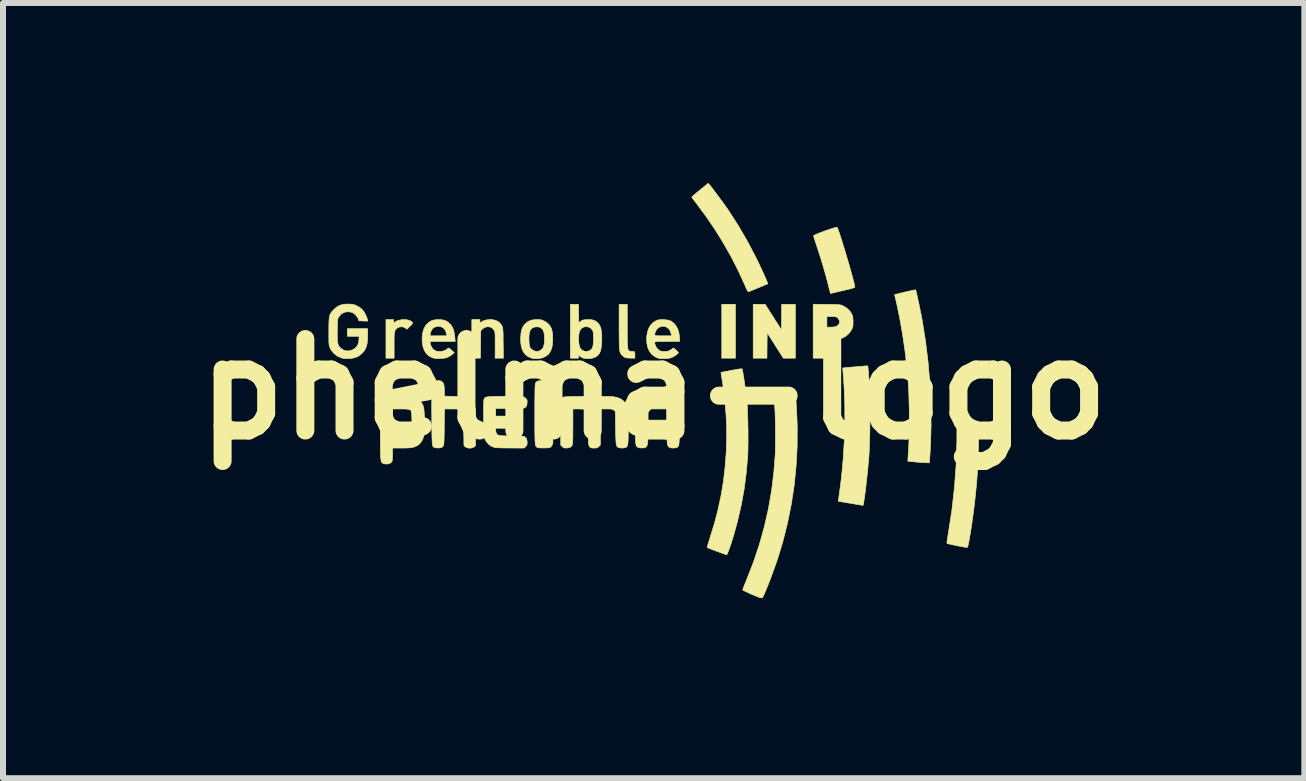
<source format=kicad_pcb>
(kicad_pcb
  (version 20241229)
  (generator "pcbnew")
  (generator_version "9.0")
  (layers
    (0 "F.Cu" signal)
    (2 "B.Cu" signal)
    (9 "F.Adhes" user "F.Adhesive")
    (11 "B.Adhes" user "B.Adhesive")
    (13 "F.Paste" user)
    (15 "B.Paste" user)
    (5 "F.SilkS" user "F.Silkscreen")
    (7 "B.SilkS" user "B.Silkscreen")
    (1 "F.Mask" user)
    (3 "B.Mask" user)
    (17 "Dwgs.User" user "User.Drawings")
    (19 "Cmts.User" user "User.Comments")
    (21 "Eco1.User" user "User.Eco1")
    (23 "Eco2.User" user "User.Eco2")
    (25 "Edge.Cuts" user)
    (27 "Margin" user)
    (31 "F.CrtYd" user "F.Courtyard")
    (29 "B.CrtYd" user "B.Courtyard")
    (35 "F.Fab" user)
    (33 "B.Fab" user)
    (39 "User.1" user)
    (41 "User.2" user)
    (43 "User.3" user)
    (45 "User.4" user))
  (footprint "phelma-logo"
    (layer "F.Cu")
    (at 7.845 3.436)
    (property "Reference" "phelma-logo" (at 0 0 0) (layer "F.SilkS") (effects (font (size 1.524 1.524) (thickness 0.3))))
    (attr through_hole)
    (fp_poly (pts (xy 1.363 -0.516) (xy 1.135 -0.516) (xy 1.135 -1.414) (xy 1.363 -1.414) (xy 1.363 -0.516)) (stroke (width 0.01) (type solid)) (fill yes) (layer "F.SilkS"))
    (fp_poly (pts (xy 2.129 -0.989) (xy 2.134 -1.414) (xy 2.362 -1.414) (xy 2.362 -0.516) (xy 2.161 -0.516) (xy 2.027 -0.728) (xy 1.892 -0.94) (xy 1.89 -0.728) (xy 1.888 -0.516) (xy 1.659 -0.516) (xy 1.659 -1.414) (xy 1.858 -1.414) (xy 2.129 -0.989)) (stroke (width 0.01) (type solid)) (fill yes) (layer "F.SilkS"))
    (fp_poly (pts (xy -4.335 -1.129) (xy -4.334 -1.109) (xy -4.331 -1.104) (xy -4.322 -1.11) (xy -4.32 -1.112) (xy -4.285 -1.135) (xy -4.24 -1.15) (xy -4.191 -1.159) (xy -4.141 -1.159) (xy -4.093 -1.152) (xy -4.053 -1.138) (xy -4.023 -1.116) (xy -4.022 -1.114) (xy -4.018 -1.106) (xy -4.019 -1.097) (xy -4.028 -1.083) (xy -4.047 -1.063) (xy -4.061 -1.049) (xy -4.112 -0.998) (xy -4.135 -1.017) (xy -4.17 -1.035) (xy -4.209 -1.04) (xy -4.247 -1.033) (xy -4.266 -1.023) (xy -4.284 -1.01) (xy -4.297 -0.998) (xy -4.308 -0.982) (xy -4.315 -0.963) (xy -4.32 -0.937) (xy -4.324 -0.902) (xy -4.326 -0.857) (xy -4.326 -0.798) (xy -4.326 -0.73) (xy -4.326 -0.516) (xy -4.462 -0.516) (xy -4.462 -1.16) (xy -4.335 -1.16) (xy -4.335 -1.129)) (stroke (width 0.01) (type solid)) (fill yes) (layer "F.SilkS"))
    (fp_poly (pts (xy -0.44 -1.054) (xy -0.44 -0.96) (xy -0.44 -0.881) (xy -0.439 -0.817) (xy -0.438 -0.765) (xy -0.436 -0.724) (xy -0.433 -0.693) (xy -0.429 -0.67) (xy -0.424 -0.655) (xy -0.417 -0.644) (xy -0.409 -0.638) (xy -0.399 -0.634) (xy -0.389 -0.632) (xy -0.361 -0.628) (xy -0.338 -0.627) (xy -0.325 -0.626) (xy -0.317 -0.621) (xy -0.314 -0.609) (xy -0.313 -0.585) (xy -0.313 -0.571) (xy -0.313 -0.516) (xy -0.383 -0.517) (xy -0.419 -0.518) (xy -0.45 -0.521) (xy -0.471 -0.525) (xy -0.474 -0.526) (xy -0.494 -0.537) (xy -0.516 -0.555) (xy -0.523 -0.561) (xy -0.535 -0.573) (xy -0.545 -0.586) (xy -0.553 -0.6) (xy -0.56 -0.617) (xy -0.565 -0.64) (xy -0.569 -0.669) (xy -0.572 -0.706) (xy -0.574 -0.752) (xy -0.575 -0.81) (xy -0.575 -0.88) (xy -0.576 -0.964) (xy -0.576 -1.043) (xy -0.576 -1.414) (xy -0.44 -1.414) (xy -0.44 -1.054)) (stroke (width 0.01) (type solid)) (fill yes) (layer "F.SilkS"))
    (fp_poly (pts (xy -2.896 -1.129) (xy -2.895 -1.109) (xy -2.891 -1.104) (xy -2.883 -1.11) (xy -2.881 -1.112) (xy -2.843 -1.136) (xy -2.796 -1.152) (xy -2.742 -1.16) (xy -2.689 -1.159) (xy -2.639 -1.148) (xy -2.625 -1.142) (xy -2.581 -1.118) (xy -2.55 -1.087) (xy -2.529 -1.054) (xy -2.523 -1.044) (xy -2.519 -1.032) (xy -2.516 -1.018) (xy -2.514 -1) (xy -2.512 -0.974) (xy -2.51 -0.939) (xy -2.509 -0.894) (xy -2.509 -0.835) (xy -2.508 -0.768) (xy -2.505 -0.516) (xy -2.642 -0.516) (xy -2.642 -0.733) (xy -2.642 -0.8) (xy -2.642 -0.852) (xy -2.643 -0.891) (xy -2.644 -0.92) (xy -2.646 -0.941) (xy -2.649 -0.957) (xy -2.653 -0.969) (xy -2.658 -0.979) (xy -2.66 -0.983) (xy -2.687 -1.015) (xy -2.721 -1.034) (xy -2.761 -1.041) (xy -2.802 -1.034) (xy -2.84 -1.014) (xy -2.862 -0.995) (xy -2.883 -0.972) (xy -2.885 -0.744) (xy -2.888 -0.516) (xy -3.031 -0.516) (xy -3.031 -1.16) (xy -2.896 -1.16) (xy -2.896 -1.129)) (stroke (width 0.01) (type solid)) (fill yes) (layer "F.SilkS"))
    (fp_poly (pts (xy 5.414 0.635) (xy 5.416 0.689) (xy 5.417 0.757) (xy 5.416 0.837) (xy 5.415 0.926) (xy 5.412 1.023) (xy 5.408 1.125) (xy 5.403 1.23) (xy 5.398 1.334) (xy 5.392 1.437) (xy 5.385 1.535) (xy 5.38 1.592) (xy 5.363 1.769) (xy 5.342 1.955) (xy 5.317 2.144) (xy 5.29 2.33) (xy 5.264 2.485) (xy 5.254 2.539) (xy 5.246 2.579) (xy 5.24 2.607) (xy 5.234 2.624) (xy 5.229 2.634) (xy 5.223 2.638) (xy 5.22 2.639) (xy 5.206 2.637) (xy 5.179 2.633) (xy 5.142 2.626) (xy 5.096 2.618) (xy 5.048 2.608) (xy 4.999 2.598) (xy 4.956 2.588) (xy 4.921 2.58) (xy 4.898 2.574) (xy 4.888 2.571) (xy 4.888 2.561) (xy 4.89 2.538) (xy 4.895 2.503) (xy 4.902 2.46) (xy 4.909 2.415) (xy 4.969 2.03) (xy 5.013 1.64) (xy 5.042 1.249) (xy 5.054 0.859) (xy 5.054 0.765) (xy 5.055 0.544) (xy 5.15 0.539) (xy 5.2 0.537) (xy 5.254 0.535) (xy 5.305 0.534) (xy 5.327 0.533) (xy 5.408 0.533) (xy 5.414 0.635)) (stroke (width 0.01) (type solid)) (fill yes) (layer "F.SilkS"))
    (fp_poly (pts (xy 2.885 -1.412) (xy 2.953 -1.412) (xy 3.006 -1.411) (xy 3.047 -1.41) (xy 3.078 -1.408) (xy 3.101 -1.406) (xy 3.118 -1.403) (xy 3.133 -1.399) (xy 3.146 -1.393) (xy 3.159 -1.387) (xy 3.22 -1.35) (xy 3.269 -1.303) (xy 3.3 -1.254) (xy 3.311 -1.23) (xy 3.318 -1.208) (xy 3.321 -1.183) (xy 3.323 -1.15) (xy 3.323 -1.122) (xy 3.323 -1.082) (xy 3.321 -1.054) (xy 3.317 -1.033) (xy 3.309 -1.012) (xy 3.296 -0.987) (xy 3.293 -0.982) (xy 3.254 -0.927) (xy 3.204 -0.883) (xy 3.146 -0.852) (xy 3.141 -0.85) (xy 3.112 -0.843) (xy 3.069 -0.837) (xy 3.015 -0.833) (xy 2.995 -0.832) (xy 2.887 -0.827) (xy 2.887 -0.516) (xy 2.659 -0.516) (xy 2.659 -1.033) (xy 2.887 -1.033) (xy 2.944 -1.033) (xy 2.979 -1.034) (xy 3.013 -1.038) (xy 3.033 -1.042) (xy 3.067 -1.059) (xy 3.089 -1.084) (xy 3.098 -1.116) (xy 3.093 -1.149) (xy 3.074 -1.179) (xy 3.062 -1.192) (xy 3.05 -1.2) (xy 3.035 -1.205) (xy 3.013 -1.207) (xy 2.978 -1.209) (xy 2.968 -1.209) (xy 2.887 -1.212) (xy 2.887 -1.033) (xy 2.659 -1.033) (xy 2.659 -1.415) (xy 2.885 -1.412)) (stroke (width 0.01) (type solid)) (fill yes) (layer "F.SilkS"))
    (fp_poly (pts (xy 3.058 -2.697) (xy 3.058 -2.697) (xy 3.067 -2.678) (xy 3.08 -2.644) (xy 3.096 -2.598) (xy 3.115 -2.541) (xy 3.136 -2.476) (xy 3.158 -2.404) (xy 3.182 -2.327) (xy 3.206 -2.247) (xy 3.229 -2.167) (xy 3.253 -2.086) (xy 3.275 -2.009) (xy 3.295 -1.936) (xy 3.314 -1.87) (xy 3.329 -1.811) (xy 3.341 -1.763) (xy 3.349 -1.727) (xy 3.353 -1.705) (xy 3.353 -1.702) (xy 3.348 -1.695) (xy 3.332 -1.688) (xy 3.304 -1.679) (xy 3.262 -1.668) (xy 3.232 -1.661) (xy 3.18 -1.649) (xy 3.125 -1.636) (xy 3.074 -1.624) (xy 3.032 -1.614) (xy 3.029 -1.613) (xy 2.947 -1.594) (xy 2.939 -1.624) (xy 2.934 -1.645) (xy 2.925 -1.677) (xy 2.915 -1.716) (xy 2.905 -1.76) (xy 2.904 -1.761) (xy 2.867 -1.902) (xy 2.823 -2.054) (xy 2.776 -2.21) (xy 2.729 -2.354) (xy 2.711 -2.408) (xy 2.695 -2.457) (xy 2.681 -2.499) (xy 2.671 -2.531) (xy 2.665 -2.551) (xy 2.664 -2.556) (xy 2.671 -2.562) (xy 2.692 -2.573) (xy 2.723 -2.587) (xy 2.763 -2.603) (xy 2.808 -2.62) (xy 2.856 -2.638) (xy 2.905 -2.655) (xy 2.951 -2.67) (xy 2.992 -2.683) (xy 3.025 -2.693) (xy 3.048 -2.698) (xy 3.058 -2.697)) (stroke (width 0.01) (type solid)) (fill yes) (layer "F.SilkS"))
    (fp_poly (pts (xy 4.37 -1.647) (xy 4.376 -1.623) (xy 4.384 -1.587) (xy 4.395 -1.541) (xy 4.406 -1.488) (xy 4.419 -1.43) (xy 4.431 -1.37) (xy 4.444 -1.309) (xy 4.456 -1.25) (xy 4.466 -1.195) (xy 4.475 -1.153) (xy 4.53 -0.808) (xy 4.573 -0.458) (xy 4.603 -0.105) (xy 4.62 0.249) (xy 4.624 0.601) (xy 4.614 0.947) (xy 4.601 1.154) (xy 4.595 1.228) (xy 4.543 1.227) (xy 4.516 1.225) (xy 4.476 1.223) (xy 4.429 1.22) (xy 4.379 1.216) (xy 4.366 1.214) (xy 4.322 1.21) (xy 4.284 1.207) (xy 4.256 1.204) (xy 4.24 1.201) (xy 4.237 1.201) (xy 4.237 1.192) (xy 4.238 1.169) (xy 4.24 1.137) (xy 4.242 1.103) (xy 4.249 0.995) (xy 4.255 0.874) (xy 4.259 0.743) (xy 4.261 0.605) (xy 4.261 0.463) (xy 4.26 0.321) (xy 4.256 0.183) (xy 4.252 0.05) (xy 4.245 -0.073) (xy 4.242 -0.119) (xy 4.219 -0.376) (xy 4.189 -0.637) (xy 4.151 -0.897) (xy 4.107 -1.151) (xy 4.057 -1.396) (xy 4.036 -1.488) (xy 4.015 -1.575) (xy 4.046 -1.583) (xy 4.082 -1.592) (xy 4.124 -1.603) (xy 4.171 -1.614) (xy 4.218 -1.625) (xy 4.263 -1.635) (xy 4.304 -1.644) (xy 4.336 -1.651) (xy 4.358 -1.655) (xy 4.366 -1.656) (xy 4.37 -1.647)) (stroke (width 0.01) (type solid)) (fill yes) (layer "F.SilkS"))
    (fp_poly (pts (xy 0.934 -3.402) (xy 0.954 -3.378) (xy 0.982 -3.342) (xy 1.016 -3.297) (xy 1.054 -3.246) (xy 1.094 -3.192) (xy 1.134 -3.138) (xy 1.173 -3.085) (xy 1.208 -3.036) (xy 1.237 -2.995) (xy 1.247 -2.98) (xy 1.416 -2.717) (xy 1.575 -2.442) (xy 1.705 -2.193) (xy 1.732 -2.139) (xy 1.759 -2.082) (xy 1.786 -2.024) (xy 1.813 -1.967) (xy 1.838 -1.912) (xy 1.86 -1.863) (xy 1.878 -1.821) (xy 1.892 -1.787) (xy 1.901 -1.765) (xy 1.903 -1.756) (xy 1.903 -1.756) (xy 1.895 -1.753) (xy 1.874 -1.744) (xy 1.843 -1.731) (xy 1.806 -1.715) (xy 1.764 -1.698) (xy 1.72 -1.68) (xy 1.679 -1.663) (xy 1.641 -1.647) (xy 1.611 -1.635) (xy 1.591 -1.627) (xy 1.587 -1.626) (xy 1.58 -1.624) (xy 1.573 -1.628) (xy 1.565 -1.638) (xy 1.554 -1.658) (xy 1.54 -1.688) (xy 1.521 -1.733) (xy 1.52 -1.734) (xy 1.413 -1.968) (xy 1.293 -2.204) (xy 1.16 -2.438) (xy 1.017 -2.668) (xy 0.866 -2.889) (xy 0.71 -3.099) (xy 0.701 -3.111) (xy 0.676 -3.143) (xy 0.655 -3.171) (xy 0.641 -3.191) (xy 0.635 -3.201) (xy 0.635 -3.201) (xy 0.641 -3.209) (xy 0.659 -3.225) (xy 0.686 -3.248) (xy 0.72 -3.277) (xy 0.76 -3.31) (xy 0.772 -3.32) (xy 0.91 -3.431) (xy 0.934 -3.402)) (stroke (width 0.01) (type solid)) (fill yes) (layer "F.SilkS"))
    (fp_poly (pts (xy 3.568 -0.388) (xy 3.57 -0.378) (xy 3.573 -0.354) (xy 3.577 -0.316) (xy 3.581 -0.269) (xy 3.585 -0.213) (xy 3.589 -0.152) (xy 3.593 -0.086) (xy 3.597 -0.02) (xy 3.599 0.021) (xy 3.602 0.089) (xy 3.604 0.17) (xy 3.605 0.262) (xy 3.605 0.362) (xy 3.605 0.467) (xy 3.604 0.576) (xy 3.603 0.684) (xy 3.601 0.789) (xy 3.598 0.889) (xy 3.595 0.981) (xy 3.591 1.062) (xy 3.587 1.129) (xy 3.586 1.139) (xy 3.58 1.209) (xy 3.573 1.284) (xy 3.566 1.363) (xy 3.557 1.443) (xy 3.548 1.523) (xy 3.54 1.6) (xy 3.531 1.674) (xy 3.522 1.742) (xy 3.514 1.803) (xy 3.506 1.854) (xy 3.5 1.895) (xy 3.494 1.923) (xy 3.49 1.937) (xy 3.489 1.938) (xy 3.48 1.936) (xy 3.456 1.932) (xy 3.42 1.926) (xy 3.375 1.919) (xy 3.322 1.91) (xy 3.28 1.903) (xy 3.077 1.869) (xy 3.092 1.766) (xy 3.13 1.472) (xy 3.158 1.173) (xy 3.177 0.871) (xy 3.186 0.57) (xy 3.186 0.274) (xy 3.175 -0.014) (xy 3.163 -0.203) (xy 3.159 -0.251) (xy 3.156 -0.293) (xy 3.153 -0.325) (xy 3.152 -0.346) (xy 3.152 -0.352) (xy 3.161 -0.354) (xy 3.184 -0.356) (xy 3.218 -0.36) (xy 3.261 -0.364) (xy 3.309 -0.368) (xy 3.36 -0.372) (xy 3.411 -0.377) (xy 3.459 -0.381) (xy 3.502 -0.384) (xy 3.536 -0.387) (xy 3.559 -0.388) (xy 3.568 -0.388) (xy 3.568 -0.388)) (stroke (width 0.01) (type solid)) (fill yes) (layer "F.SilkS"))
    (fp_poly (pts (xy -1.859 -0.142) (xy -1.826 -0.132) (xy -1.799 -0.114) (xy -1.788 -0.098) (xy -1.786 -0.087) (xy -1.784 -0.066) (xy -1.782 -0.035) (xy -1.78 0.009) (xy -1.779 0.065) (xy -1.779 0.135) (xy -1.778 0.22) (xy -1.778 0.321) (xy -1.778 0.352) (xy -1.778 0.448) (xy -1.778 0.528) (xy -1.778 0.594) (xy -1.777 0.648) (xy -1.777 0.69) (xy -1.776 0.722) (xy -1.775 0.745) (xy -1.773 0.761) (xy -1.771 0.771) (xy -1.769 0.776) (xy -1.765 0.778) (xy -1.762 0.779) (xy -1.761 0.779) (xy -1.741 0.783) (xy -1.719 0.792) (xy -1.696 0.812) (xy -1.682 0.843) (xy -1.678 0.879) (xy -1.684 0.915) (xy -1.701 0.948) (xy -1.706 0.955) (xy -1.715 0.965) (xy -1.725 0.971) (xy -1.739 0.976) (xy -1.761 0.978) (xy -1.794 0.98) (xy -1.822 0.98) (xy -1.874 0.981) (xy -1.911 0.978) (xy -1.934 0.974) (xy -1.939 0.972) (xy -1.947 0.967) (xy -1.955 0.962) (xy -1.961 0.955) (xy -1.966 0.945) (xy -1.97 0.931) (xy -1.973 0.911) (xy -1.976 0.884) (xy -1.978 0.849) (xy -1.979 0.804) (xy -1.98 0.749) (xy -1.981 0.682) (xy -1.981 0.601) (xy -1.981 0.505) (xy -1.981 0.422) (xy -1.981 0.319) (xy -1.981 0.225) (xy -1.98 0.141) (xy -1.979 0.068) (xy -1.978 0.007) (xy -1.977 -0.042) (xy -1.975 -0.075) (xy -1.974 -0.094) (xy -1.973 -0.096) (xy -1.956 -0.12) (xy -1.928 -0.136) (xy -1.894 -0.143) (xy -1.859 -0.142)) (stroke (width 0.01) (type solid)) (fill yes) (layer "F.SilkS"))
    (fp_poly (pts (xy -3.534 -1.157) (xy -3.49 -1.148) (xy -3.452 -1.132) (xy -3.424 -1.113) (xy -3.384 -1.076) (xy -3.354 -1.032) (xy -3.332 -0.977) (xy -3.319 -0.911) (xy -3.314 -0.868) (xy -3.308 -0.796) (xy -3.725 -0.796) (xy -3.725 -0.773) (xy -3.717 -0.733) (xy -3.697 -0.693) (xy -3.668 -0.659) (xy -3.633 -0.637) (xy -3.63 -0.636) (xy -3.592 -0.628) (xy -3.549 -0.628) (xy -3.506 -0.636) (xy -3.468 -0.65) (xy -3.441 -0.669) (xy -3.439 -0.672) (xy -3.428 -0.682) (xy -3.416 -0.684) (xy -3.4 -0.676) (xy -3.377 -0.657) (xy -3.366 -0.646) (xy -3.323 -0.608) (xy -3.353 -0.583) (xy -3.394 -0.552) (xy -3.433 -0.531) (xy -3.476 -0.518) (xy -3.528 -0.512) (xy -3.556 -0.511) (xy -3.606 -0.51) (xy -3.645 -0.513) (xy -3.675 -0.519) (xy -3.685 -0.522) (xy -3.741 -0.55) (xy -3.786 -0.59) (xy -3.821 -0.643) (xy -3.845 -0.708) (xy -3.858 -0.783) (xy -3.859 -0.866) (xy -3.856 -0.889) (xy -3.725 -0.889) (xy -3.446 -0.889) (xy -3.451 -0.912) (xy -3.462 -0.953) (xy -3.474 -0.982) (xy -3.49 -1.005) (xy -3.501 -1.015) (xy -3.541 -1.039) (xy -3.585 -1.048) (xy -3.629 -1.042) (xy -3.669 -1.022) (xy -3.692 -0.999) (xy -3.711 -0.965) (xy -3.723 -0.93) (xy -3.725 -0.912) (xy -3.725 -0.889) (xy -3.856 -0.889) (xy -3.849 -0.942) (xy -3.83 -1.005) (xy -3.801 -1.059) (xy -3.781 -1.082) (xy -3.74 -1.119) (xy -3.696 -1.144) (xy -3.644 -1.156) (xy -3.59 -1.159) (xy -3.534 -1.157)) (stroke (width 0.01) (type solid)) (fill yes) (layer "F.SilkS"))
    (fp_poly (pts (xy -1.251 -1.261) (xy -1.249 -1.109) (xy -1.216 -1.132) (xy -1.197 -1.144) (xy -1.178 -1.152) (xy -1.153 -1.156) (xy -1.117 -1.158) (xy -1.111 -1.159) (xy -1.055 -1.159) (xy -1.011 -1.152) (xy -0.976 -1.139) (xy -0.945 -1.117) (xy -0.943 -1.116) (xy -0.915 -1.087) (xy -0.894 -1.052) (xy -0.879 -1.011) (xy -0.87 -0.96) (xy -0.865 -0.898) (xy -0.865 -0.821) (xy -0.865 -0.808) (xy -0.869 -0.734) (xy -0.877 -0.675) (xy -0.889 -0.628) (xy -0.908 -0.591) (xy -0.932 -0.562) (xy -0.964 -0.539) (xy -0.991 -0.526) (xy -1.027 -0.515) (xy -1.072 -0.509) (xy -1.12 -0.509) (xy -1.162 -0.514) (xy -1.185 -0.521) (xy -1.211 -0.535) (xy -1.233 -0.551) (xy -1.234 -0.552) (xy -1.253 -0.57) (xy -1.253 -0.516) (xy -1.389 -0.516) (xy -1.389 -0.832) (xy -1.252 -0.832) (xy -1.249 -0.779) (xy -1.241 -0.731) (xy -1.229 -0.692) (xy -1.217 -0.673) (xy -1.185 -0.645) (xy -1.146 -0.63) (xy -1.104 -0.63) (xy -1.067 -0.642) (xy -1.044 -0.658) (xy -1.027 -0.678) (xy -1.015 -0.704) (xy -1.008 -0.741) (xy -1.004 -0.789) (xy -1.003 -0.838) (xy -1.004 -0.887) (xy -1.005 -0.923) (xy -1.008 -0.948) (xy -1.012 -0.967) (xy -1.019 -0.98) (xy -1.045 -1.013) (xy -1.078 -1.033) (xy -1.116 -1.041) (xy -1.155 -1.038) (xy -1.19 -1.022) (xy -1.218 -0.995) (xy -1.23 -0.975) (xy -1.243 -0.934) (xy -1.25 -0.885) (xy -1.252 -0.832) (xy -1.389 -0.832) (xy -1.389 -1.414) (xy -1.253 -1.414) (xy -1.251 -1.261)) (stroke (width 0.01) (type solid)) (fill yes) (layer "F.SilkS"))
    (fp_poly (pts (xy -1.906 -1.159) (xy -1.878 -1.156) (xy -1.854 -1.149) (xy -1.827 -1.136) (xy -1.819 -1.132) (xy -1.773 -1.103) (xy -1.737 -1.067) (xy -1.71 -1.023) (xy -1.693 -0.968) (xy -1.684 -0.901) (xy -1.682 -0.838) (xy -1.686 -0.755) (xy -1.698 -0.686) (xy -1.72 -0.63) (xy -1.752 -0.584) (xy -1.795 -0.549) (xy -1.844 -0.525) (xy -1.881 -0.515) (xy -1.927 -0.51) (xy -1.974 -0.508) (xy -2.015 -0.512) (xy -2.032 -0.516) (xy -2.091 -0.541) (xy -2.138 -0.577) (xy -2.175 -0.625) (xy -2.199 -0.685) (xy -2.214 -0.758) (xy -2.217 -0.834) (xy -2.079 -0.834) (xy -2.077 -0.776) (xy -2.072 -0.733) (xy -2.063 -0.7) (xy -2.047 -0.676) (xy -2.025 -0.657) (xy -2.007 -0.646) (xy -1.971 -0.631) (xy -1.94 -0.628) (xy -1.907 -0.636) (xy -1.903 -0.638) (xy -1.872 -0.656) (xy -1.849 -0.681) (xy -1.833 -0.714) (xy -1.824 -0.759) (xy -1.82 -0.817) (xy -1.819 -0.843) (xy -1.822 -0.905) (xy -1.831 -0.952) (xy -1.846 -0.988) (xy -1.869 -1.014) (xy -1.888 -1.027) (xy -1.923 -1.038) (xy -1.964 -1.038) (xy -2.002 -1.03) (xy -2.022 -1.019) (xy -2.045 -0.998) (xy -2.061 -0.973) (xy -2.071 -0.941) (xy -2.077 -0.897) (xy -2.079 -0.84) (xy -2.079 -0.834) (xy -2.217 -0.834) (xy -2.217 -0.843) (xy -2.216 -0.87) (xy -2.211 -0.932) (xy -2.202 -0.981) (xy -2.187 -1.022) (xy -2.167 -1.057) (xy -2.145 -1.083) (xy -2.107 -1.118) (xy -2.063 -1.142) (xy -2.012 -1.155) (xy -1.948 -1.16) (xy -1.944 -1.16) (xy -1.906 -1.159)) (stroke (width 0.01) (type solid)) (fill yes) (layer "F.SilkS"))
    (fp_poly (pts (xy 2.359 0.078) (xy 2.362 0.089) (xy 2.365 0.115) (xy 2.369 0.153) (xy 2.373 0.202) (xy 2.377 0.259) (xy 2.38 0.322) (xy 2.384 0.389) (xy 2.387 0.459) (xy 2.39 0.528) (xy 2.392 0.595) (xy 2.393 0.622) (xy 2.392 0.947) (xy 2.375 1.273) (xy 2.343 1.597) (xy 2.294 1.918) (xy 2.23 2.236) (xy 2.151 2.55) (xy 2.057 2.857) (xy 1.948 3.157) (xy 1.927 3.212) (xy 1.898 3.284) (xy 1.874 3.341) (xy 1.856 3.386) (xy 1.841 3.421) (xy 1.83 3.445) (xy 1.821 3.462) (xy 1.814 3.472) (xy 1.808 3.477) (xy 1.802 3.479) (xy 1.795 3.48) (xy 1.791 3.48) (xy 1.775 3.476) (xy 1.747 3.467) (xy 1.71 3.452) (xy 1.666 3.434) (xy 1.627 3.417) (xy 1.582 3.396) (xy 1.543 3.378) (xy 1.512 3.363) (xy 1.491 3.353) (xy 1.484 3.349) (xy 1.486 3.34) (xy 1.493 3.319) (xy 1.505 3.286) (xy 1.522 3.244) (xy 1.541 3.197) (xy 1.547 3.182) (xy 1.663 2.885) (xy 1.762 2.589) (xy 1.845 2.292) (xy 1.913 1.992) (xy 1.966 1.687) (xy 2.004 1.376) (xy 2.024 1.12) (xy 2.027 1.059) (xy 2.029 0.985) (xy 2.03 0.9) (xy 2.03 0.809) (xy 2.03 0.714) (xy 2.029 0.618) (xy 2.027 0.524) (xy 2.025 0.435) (xy 2.022 0.355) (xy 2.018 0.286) (xy 2.014 0.239) (xy 2.011 0.196) (xy 2.009 0.159) (xy 2.008 0.131) (xy 2.008 0.116) (xy 2.009 0.114) (xy 2.018 0.111) (xy 2.042 0.108) (xy 2.075 0.103) (xy 2.117 0.099) (xy 2.163 0.094) (xy 2.21 0.089) (xy 2.255 0.085) (xy 2.296 0.081) (xy 2.329 0.079) (xy 2.351 0.078) (xy 2.359 0.078)) (stroke (width 0.01) (type solid)) (fill yes) (layer "F.SilkS"))
    (fp_poly (pts (xy 1.474 -0.337) (xy 1.478 -0.324) (xy 1.484 -0.296) (xy 1.491 -0.256) (xy 1.499 -0.206) (xy 1.508 -0.148) (xy 1.517 -0.085) (xy 1.526 -0.019) (xy 1.535 0.048) (xy 1.543 0.113) (xy 1.55 0.175) (xy 1.554 0.212) (xy 1.559 0.267) (xy 1.563 0.337) (xy 1.566 0.418) (xy 1.569 0.507) (xy 1.571 0.601) (xy 1.573 0.697) (xy 1.573 0.793) (xy 1.573 0.885) (xy 1.572 0.97) (xy 1.571 1.046) (xy 1.568 1.11) (xy 1.567 1.124) (xy 1.543 1.4) (xy 1.508 1.667) (xy 1.461 1.928) (xy 1.401 2.188) (xy 1.342 2.406) (xy 1.319 2.483) (xy 1.297 2.554) (xy 1.276 2.617) (xy 1.257 2.67) (xy 1.241 2.712) (xy 1.229 2.742) (xy 1.219 2.758) (xy 1.216 2.76) (xy 1.206 2.757) (xy 1.182 2.749) (xy 1.147 2.737) (xy 1.105 2.722) (xy 1.057 2.704) (xy 1.053 2.703) (xy 1.005 2.685) (xy 0.962 2.668) (xy 0.928 2.655) (xy 0.904 2.645) (xy 0.893 2.64) (xy 0.893 2.64) (xy 0.894 2.631) (xy 0.899 2.608) (xy 0.909 2.574) (xy 0.922 2.532) (xy 0.937 2.484) (xy 0.938 2.479) (xy 1.011 2.244) (xy 1.071 2.015) (xy 1.12 1.788) (xy 1.159 1.56) (xy 1.188 1.325) (xy 1.207 1.081) (xy 1.211 1.012) (xy 1.217 0.83) (xy 1.216 0.637) (xy 1.207 0.439) (xy 1.192 0.241) (xy 1.171 0.048) (xy 1.144 -0.137) (xy 1.136 -0.186) (xy 1.129 -0.223) (xy 1.125 -0.253) (xy 1.122 -0.272) (xy 1.122 -0.278) (xy 1.13 -0.28) (xy 1.153 -0.285) (xy 1.187 -0.292) (xy 1.231 -0.3) (xy 1.281 -0.31) (xy 1.296 -0.313) (xy 1.363 -0.325) (xy 1.414 -0.334) (xy 1.449 -0.338) (xy 1.469 -0.339) (xy 1.474 -0.337)) (stroke (width 0.01) (type solid)) (fill yes) (layer "F.SilkS"))
    (fp_poly (pts (xy 0.199 -1.156) (xy 0.243 -1.15) (xy 0.277 -1.14) (xy 0.284 -1.137) (xy 0.335 -1.101) (xy 0.375 -1.053) (xy 0.405 -0.992) (xy 0.424 -0.92) (xy 0.43 -0.87) (xy 0.434 -0.796) (xy 0.226 -0.796) (xy 0.159 -0.796) (xy 0.108 -0.796) (xy 0.07 -0.795) (xy 0.044 -0.793) (xy 0.027 -0.788) (xy 0.019 -0.782) (xy 0.017 -0.772) (xy 0.019 -0.759) (xy 0.024 -0.742) (xy 0.026 -0.734) (xy 0.043 -0.697) (xy 0.07 -0.664) (xy 0.102 -0.641) (xy 0.116 -0.635) (xy 0.141 -0.63) (xy 0.174 -0.627) (xy 0.198 -0.628) (xy 0.234 -0.632) (xy 0.263 -0.643) (xy 0.29 -0.659) (xy 0.331 -0.687) (xy 0.373 -0.651) (xy 0.394 -0.632) (xy 0.409 -0.616) (xy 0.412 -0.606) (xy 0.402 -0.593) (xy 0.381 -0.575) (xy 0.353 -0.555) (xy 0.323 -0.538) (xy 0.294 -0.524) (xy 0.284 -0.521) (xy 0.254 -0.515) (xy 0.214 -0.511) (xy 0.171 -0.509) (xy 0.128 -0.509) (xy 0.093 -0.512) (xy 0.076 -0.516) (xy 0.016 -0.542) (xy -0.033 -0.582) (xy -0.072 -0.633) (xy -0.099 -0.695) (xy -0.114 -0.768) (xy -0.117 -0.85) (xy -0.116 -0.873) (xy -0.11 -0.912) (xy 0.017 -0.912) (xy 0.019 -0.901) (xy 0.029 -0.894) (xy 0.048 -0.891) (xy 0.078 -0.889) (xy 0.122 -0.889) (xy 0.158 -0.889) (xy 0.298 -0.889) (xy 0.292 -0.92) (xy 0.277 -0.968) (xy 0.251 -1.006) (xy 0.237 -1.019) (xy 0.199 -1.041) (xy 0.158 -1.048) (xy 0.117 -1.042) (xy 0.08 -1.024) (xy 0.049 -0.994) (xy 0.028 -0.954) (xy 0.027 -0.95) (xy 0.02 -0.928) (xy 0.017 -0.912) (xy -0.11 -0.912) (xy -0.104 -0.949) (xy -0.081 -1.016) (xy -0.048 -1.071) (xy -0.005 -1.114) (xy 0.046 -1.144) (xy 0.071 -1.152) (xy 0.107 -1.158) (xy 0.152 -1.159) (xy 0.199 -1.156)) (stroke (width 0.01) (type solid)) (fill yes) (layer "F.SilkS"))
    (fp_poly (pts (xy 0.195 0.12) (xy 0.26 0.121) (xy 0.311 0.123) (xy 0.349 0.127) (xy 0.376 0.132) (xy 0.395 0.139) (xy 0.408 0.15) (xy 0.416 0.165) (xy 0.423 0.184) (xy 0.423 0.186) (xy 0.426 0.206) (xy 0.428 0.242) (xy 0.429 0.295) (xy 0.43 0.364) (xy 0.431 0.45) (xy 0.43 0.552) (xy 0.43 0.574) (xy 0.429 0.664) (xy 0.429 0.738) (xy 0.428 0.799) (xy 0.426 0.847) (xy 0.424 0.885) (xy 0.422 0.913) (xy 0.418 0.934) (xy 0.413 0.948) (xy 0.407 0.958) (xy 0.399 0.965) (xy 0.39 0.97) (xy 0.383 0.973) (xy 0.356 0.98) (xy 0.321 0.982) (xy 0.288 0.979) (xy 0.269 0.973) (xy 0.252 0.963) (xy 0.24 0.949) (xy 0.231 0.928) (xy 0.226 0.898) (xy 0.223 0.854) (xy 0.222 0.823) (xy 0.218 0.72) (xy -0.091 0.72) (xy -0.095 0.819) (xy -0.098 0.873) (xy -0.103 0.913) (xy -0.111 0.941) (xy -0.122 0.959) (xy -0.138 0.971) (xy -0.141 0.973) (xy -0.17 0.98) (xy -0.206 0.981) (xy -0.241 0.977) (xy -0.264 0.969) (xy -0.275 0.962) (xy -0.284 0.952) (xy -0.291 0.939) (xy -0.296 0.919) (xy -0.3 0.893) (xy -0.302 0.857) (xy -0.304 0.81) (xy -0.304 0.751) (xy -0.304 0.679) (xy -0.303 0.61) (xy -0.302 0.534) (xy -0.301 0.473) (xy -0.301 0.448) (xy -0.093 0.448) (xy -0.093 0.516) (xy 0.22 0.516) (xy 0.22 0.33) (xy -0.044 0.33) (xy -0.068 0.355) (xy -0.081 0.369) (xy -0.088 0.382) (xy -0.092 0.4) (xy -0.093 0.427) (xy -0.093 0.448) (xy -0.301 0.448) (xy -0.3 0.425) (xy -0.299 0.388) (xy -0.297 0.359) (xy -0.295 0.337) (xy -0.292 0.32) (xy -0.288 0.305) (xy -0.283 0.291) (xy -0.28 0.285) (xy -0.261 0.244) (xy -0.238 0.209) (xy -0.211 0.182) (xy -0.176 0.16) (xy -0.133 0.143) (xy -0.08 0.131) (xy -0.016 0.124) (xy 0.061 0.12) (xy 0.153 0.119) (xy 0.195 0.12)) (stroke (width 0.01) (type solid)) (fill yes) (layer "F.SilkS"))
    (fp_poly (pts (xy -3.548 -0.136) (xy -3.533 -0.128) (xy -3.515 -0.112) (xy -3.502 -0.091) (xy -3.494 -0.06) (xy -3.49 -0.018) (xy -3.488 0.035) (xy -3.488 0.116) (xy -3.334 0.121) (xy -3.27 0.123) (xy -3.22 0.126) (xy -3.182 0.13) (xy -3.153 0.135) (xy -3.134 0.14) (xy -3.082 0.166) (xy -3.036 0.204) (xy -3 0.251) (xy -2.987 0.278) (xy -2.982 0.291) (xy -2.978 0.303) (xy -2.975 0.317) (xy -2.972 0.335) (xy -2.97 0.357) (xy -2.969 0.387) (xy -2.968 0.426) (xy -2.968 0.475) (xy -2.968 0.538) (xy -2.968 0.615) (xy -2.968 0.634) (xy -2.968 0.941) (xy -2.991 0.962) (xy -3.021 0.977) (xy -3.058 0.984) (xy -3.096 0.981) (xy -3.129 0.968) (xy -3.139 0.962) (xy -3.162 0.941) (xy -3.167 0.663) (xy -3.168 0.583) (xy -3.169 0.519) (xy -3.171 0.468) (xy -3.173 0.428) (xy -3.176 0.399) (xy -3.18 0.378) (xy -3.186 0.363) (xy -3.193 0.353) (xy -3.202 0.346) (xy -3.213 0.34) (xy -3.215 0.339) (xy -3.231 0.336) (xy -3.26 0.333) (xy -3.3 0.331) (xy -3.347 0.33) (xy -3.361 0.33) (xy -3.487 0.33) (xy -3.49 0.629) (xy -3.491 0.711) (xy -3.492 0.779) (xy -3.493 0.832) (xy -3.495 0.874) (xy -3.497 0.906) (xy -3.501 0.929) (xy -3.506 0.945) (xy -3.512 0.956) (xy -3.52 0.964) (xy -3.53 0.97) (xy -3.537 0.973) (xy -3.562 0.979) (xy -3.595 0.981) (xy -3.627 0.979) (xy -3.652 0.973) (xy -3.654 0.973) (xy -3.663 0.968) (xy -3.67 0.964) (xy -3.676 0.957) (xy -3.681 0.948) (xy -3.686 0.934) (xy -3.689 0.914) (xy -3.691 0.888) (xy -3.693 0.853) (xy -3.695 0.808) (xy -3.696 0.753) (xy -3.697 0.685) (xy -3.697 0.604) (xy -3.698 0.508) (xy -3.698 0.453) (xy -3.699 0.364) (xy -3.699 0.279) (xy -3.699 0.2) (xy -3.699 0.128) (xy -3.698 0.066) (xy -3.698 0.014) (xy -3.697 -0.025) (xy -3.696 -0.05) (xy -3.696 -0.057) (xy -3.684 -0.097) (xy -3.663 -0.123) (xy -3.63 -0.138) (xy -3.606 -0.141) (xy -3.573 -0.142) (xy -3.548 -0.136)) (stroke (width 0.01) (type solid)) (fill yes) (layer "F.SilkS"))
    (fp_poly (pts (xy -5.052 -1.417) (xy -5.023 -1.415) (xy -4.999 -1.41) (xy -4.975 -1.402) (xy -4.952 -1.391) (xy -4.917 -1.372) (xy -4.883 -1.349) (xy -4.86 -1.329) (xy -4.832 -1.295) (xy -4.806 -1.251) (xy -4.784 -1.204) (xy -4.771 -1.162) (xy -4.765 -1.134) (xy -4.84 -1.136) (xy -4.914 -1.139) (xy -4.923 -1.168) (xy -4.933 -1.19) (xy -4.952 -1.217) (xy -4.97 -1.237) (xy -4.995 -1.261) (xy -5.019 -1.276) (xy -5.047 -1.284) (xy -5.055 -1.286) (xy -5.112 -1.29) (xy -5.163 -1.278) (xy -5.207 -1.252) (xy -5.243 -1.211) (xy -5.247 -1.204) (xy -5.255 -1.19) (xy -5.261 -1.178) (xy -5.265 -1.164) (xy -5.268 -1.145) (xy -5.27 -1.12) (xy -5.271 -1.086) (xy -5.272 -1.039) (xy -5.273 -0.985) (xy -5.274 -0.911) (xy -5.273 -0.852) (xy -5.271 -0.806) (xy -5.266 -0.77) (xy -5.258 -0.741) (xy -5.247 -0.719) (xy -5.233 -0.699) (xy -5.216 -0.683) (xy -5.17 -0.652) (xy -5.121 -0.637) (xy -5.068 -0.639) (xy -5.015 -0.657) (xy -5.012 -0.658) (xy -4.967 -0.689) (xy -4.935 -0.73) (xy -4.917 -0.781) (xy -4.911 -0.84) (xy -4.911 -0.881) (xy -5.105 -0.881) (xy -5.105 -1.008) (xy -4.767 -1.008) (xy -4.767 -0.907) (xy -4.769 -0.828) (xy -4.776 -0.763) (xy -4.789 -0.708) (xy -4.809 -0.663) (xy -4.836 -0.623) (xy -4.866 -0.592) (xy -4.912 -0.555) (xy -4.961 -0.531) (xy -5.016 -0.516) (xy -5.082 -0.51) (xy -5.084 -0.51) (xy -5.13 -0.51) (xy -5.163 -0.512) (xy -5.191 -0.517) (xy -5.213 -0.524) (xy -5.279 -0.555) (xy -5.332 -0.597) (xy -5.374 -0.65) (xy -5.395 -0.69) (xy -5.401 -0.704) (xy -5.405 -0.717) (xy -5.409 -0.732) (xy -5.411 -0.752) (xy -5.413 -0.778) (xy -5.414 -0.813) (xy -5.414 -0.859) (xy -5.414 -0.919) (xy -5.414 -0.957) (xy -5.414 -1.034) (xy -5.413 -1.097) (xy -5.411 -1.148) (xy -5.407 -1.188) (xy -5.401 -1.22) (xy -5.392 -1.247) (xy -5.38 -1.269) (xy -5.364 -1.291) (xy -5.343 -1.313) (xy -5.331 -1.326) (xy -5.288 -1.364) (xy -5.245 -1.391) (xy -5.199 -1.407) (xy -5.144 -1.416) (xy -5.093 -1.418) (xy -5.052 -1.417)) (stroke (width 0.01) (type solid)) (fill yes) (layer "F.SilkS"))
    (fp_poly (pts (xy -2.299 0.119) (xy -2.253 0.12) (xy -2.218 0.123) (xy -2.191 0.126) (xy -2.17 0.13) (xy -2.155 0.136) (xy -2.143 0.143) (xy -2.132 0.152) (xy -2.131 0.154) (xy -2.117 0.169) (xy -2.11 0.183) (xy -2.109 0.202) (xy -2.11 0.23) (xy -2.113 0.262) (xy -2.12 0.282) (xy -2.131 0.297) (xy -2.137 0.302) (xy -2.144 0.308) (xy -2.151 0.312) (xy -2.161 0.316) (xy -2.176 0.318) (xy -2.197 0.32) (xy -2.226 0.321) (xy -2.266 0.321) (xy -2.319 0.322) (xy -2.386 0.322) (xy -2.633 0.322) (xy -2.633 0.449) (xy -2.473 0.449) (xy -2.421 0.449) (xy -2.374 0.45) (xy -2.334 0.452) (xy -2.306 0.454) (xy -2.291 0.457) (xy -2.265 0.476) (xy -2.247 0.507) (xy -2.24 0.548) (xy -2.24 0.55) (xy -2.245 0.593) (xy -2.26 0.625) (xy -2.283 0.643) (xy -2.3 0.646) (xy -2.332 0.649) (xy -2.378 0.651) (xy -2.436 0.652) (xy -2.468 0.652) (xy -2.633 0.652) (xy -2.633 0.681) (xy -2.63 0.709) (xy -2.623 0.733) (xy -2.615 0.747) (xy -2.606 0.757) (xy -2.592 0.766) (xy -2.571 0.771) (xy -2.542 0.775) (xy -2.503 0.778) (xy -2.451 0.779) (xy -2.384 0.779) (xy -2.377 0.779) (xy -2.309 0.779) (xy -2.252 0.781) (xy -2.206 0.783) (xy -2.175 0.785) (xy -2.16 0.788) (xy -2.132 0.806) (xy -2.115 0.838) (xy -2.108 0.882) (xy -2.108 0.889) (xy -2.11 0.918) (xy -2.117 0.938) (xy -2.132 0.956) (xy -2.133 0.957) (xy -2.158 0.982) (xy -2.389 0.981) (xy -2.451 0.981) (xy -2.509 0.98) (xy -2.56 0.979) (xy -2.601 0.977) (xy -2.631 0.976) (xy -2.646 0.974) (xy -2.706 0.952) (xy -2.756 0.915) (xy -2.795 0.866) (xy -2.81 0.838) (xy -2.832 0.792) (xy -2.835 0.492) (xy -2.835 0.396) (xy -2.835 0.317) (xy -2.834 0.255) (xy -2.833 0.21) (xy -2.83 0.181) (xy -2.828 0.17) (xy -2.822 0.157) (xy -2.816 0.147) (xy -2.806 0.139) (xy -2.793 0.133) (xy -2.772 0.129) (xy -2.744 0.126) (xy -2.706 0.123) (xy -2.656 0.122) (xy -2.593 0.121) (xy -2.515 0.12) (xy -2.515 0.12) (xy -2.428 0.119) (xy -2.357 0.119) (xy -2.299 0.119)) (stroke (width 0.01) (type solid)) (fill yes) (layer "F.SilkS"))
    (fp_poly (pts (xy -4.317 0.12) (xy -4.25 0.121) (xy -4.173 0.122) (xy -4.11 0.124) (xy -4.059 0.127) (xy -4.019 0.132) (xy -3.988 0.139) (xy -3.962 0.148) (xy -3.939 0.161) (xy -3.919 0.176) (xy -3.897 0.196) (xy -3.876 0.219) (xy -3.859 0.242) (xy -3.846 0.268) (xy -3.836 0.298) (xy -3.829 0.336) (xy -3.825 0.384) (xy -3.822 0.444) (xy -3.82 0.509) (xy -3.82 0.574) (xy -3.82 0.634) (xy -3.821 0.686) (xy -3.823 0.727) (xy -3.826 0.749) (xy -3.842 0.817) (xy -3.869 0.873) (xy -3.905 0.916) (xy -3.919 0.927) (xy -3.947 0.945) (xy -3.976 0.959) (xy -4.009 0.969) (xy -4.049 0.976) (xy -4.098 0.98) (xy -4.159 0.982) (xy -4.202 0.982) (xy -4.352 0.982) (xy -4.352 1.083) (xy -4.353 1.126) (xy -4.355 1.163) (xy -4.358 1.191) (xy -4.361 1.205) (xy -4.38 1.228) (xy -4.411 1.243) (xy -4.448 1.249) (xy -4.484 1.245) (xy -4.498 1.242) (xy -4.51 1.238) (xy -4.521 1.233) (xy -4.529 1.225) (xy -4.536 1.214) (xy -4.542 1.197) (xy -4.546 1.173) (xy -4.55 1.142) (xy -4.552 1.102) (xy -4.553 1.052) (xy -4.554 0.99) (xy -4.555 0.915) (xy -4.555 0.827) (xy -4.555 0.723) (xy -4.555 0.68) (xy -4.555 0.57) (xy -4.555 0.476) (xy -4.554 0.396) (xy -4.553 0.331) (xy -4.553 0.33) (xy -4.352 0.33) (xy -4.352 0.779) (xy -4.224 0.779) (xy -4.17 0.778) (xy -4.129 0.777) (xy -4.101 0.774) (xy -4.081 0.77) (xy -4.072 0.766) (xy -4.052 0.752) (xy -4.039 0.737) (xy -4.036 0.723) (xy -4.033 0.694) (xy -4.031 0.656) (xy -4.03 0.61) (xy -4.03 0.561) (xy -4.03 0.511) (xy -4.031 0.464) (xy -4.033 0.423) (xy -4.036 0.391) (xy -4.039 0.372) (xy -4.04 0.37) (xy -4.048 0.356) (xy -4.06 0.345) (xy -4.079 0.338) (xy -4.107 0.334) (xy -4.146 0.331) (xy -4.199 0.33) (xy -4.221 0.33) (xy -4.352 0.33) (xy -4.553 0.33) (xy -4.552 0.278) (xy -4.551 0.237) (xy -4.55 0.206) (xy -4.548 0.185) (xy -4.545 0.173) (xy -4.544 0.169) (xy -4.53 0.151) (xy -4.508 0.135) (xy -4.504 0.133) (xy -4.494 0.128) (xy -4.482 0.125) (xy -4.465 0.122) (xy -4.443 0.121) (xy -4.412 0.12) (xy -4.371 0.12) (xy -4.317 0.12)) (stroke (width 0.01) (type solid)) (fill yes) (layer "F.SilkS"))
    (fp_poly (pts (xy -0.948 0.12) (xy -0.872 0.12) (xy -0.805 0.121) (xy -0.749 0.122) (xy -0.706 0.124) (xy -0.677 0.126) (xy -0.671 0.126) (xy -0.6 0.141) (xy -0.542 0.167) (xy -0.496 0.203) (xy -0.462 0.252) (xy -0.44 0.313) (xy -0.432 0.348) (xy -0.43 0.371) (xy -0.428 0.407) (xy -0.426 0.455) (xy -0.425 0.512) (xy -0.424 0.575) (xy -0.423 0.642) (xy -0.423 0.654) (xy -0.424 0.734) (xy -0.424 0.799) (xy -0.426 0.85) (xy -0.428 0.89) (xy -0.432 0.919) (xy -0.437 0.941) (xy -0.444 0.955) (xy -0.453 0.965) (xy -0.465 0.972) (xy -0.47 0.974) (xy -0.5 0.98) (xy -0.536 0.982) (xy -0.57 0.978) (xy -0.587 0.973) (xy -0.598 0.967) (xy -0.607 0.959) (xy -0.615 0.949) (xy -0.62 0.933) (xy -0.625 0.91) (xy -0.628 0.879) (xy -0.63 0.838) (xy -0.632 0.784) (xy -0.634 0.717) (xy -0.635 0.645) (xy -0.639 0.371) (xy -0.663 0.351) (xy -0.674 0.342) (xy -0.686 0.336) (xy -0.703 0.333) (xy -0.727 0.331) (xy -0.762 0.33) (xy -0.788 0.33) (xy -0.889 0.33) (xy -0.889 0.933) (xy -0.914 0.957) (xy -0.931 0.972) (xy -0.948 0.979) (xy -0.974 0.982) (xy -0.986 0.982) (xy -1.013 0.982) (xy -1.035 0.98) (xy -1.053 0.974) (xy -1.066 0.963) (xy -1.076 0.946) (xy -1.083 0.921) (xy -1.088 0.886) (xy -1.09 0.84) (xy -1.092 0.781) (xy -1.092 0.708) (xy -1.092 0.656) (xy -1.092 0.577) (xy -1.093 0.514) (xy -1.094 0.463) (xy -1.096 0.425) (xy -1.099 0.396) (xy -1.104 0.375) (xy -1.11 0.36) (xy -1.118 0.35) (xy -1.128 0.342) (xy -1.134 0.339) (xy -1.149 0.335) (xy -1.176 0.333) (xy -1.213 0.331) (xy -1.248 0.33) (xy -1.346 0.33) (xy -1.346 0.617) (xy -1.347 0.709) (xy -1.347 0.786) (xy -1.349 0.847) (xy -1.351 0.892) (xy -1.354 0.921) (xy -1.356 0.93) (xy -1.374 0.958) (xy -1.405 0.975) (xy -1.45 0.982) (xy -1.456 0.982) (xy -1.485 0.98) (xy -1.505 0.974) (xy -1.523 0.959) (xy -1.525 0.957) (xy -1.549 0.933) (xy -1.549 0.56) (xy -1.549 0.454) (xy -1.549 0.365) (xy -1.547 0.292) (xy -1.546 0.235) (xy -1.544 0.195) (xy -1.542 0.172) (xy -1.54 0.167) (xy -1.535 0.157) (xy -1.53 0.148) (xy -1.523 0.141) (xy -1.512 0.136) (xy -1.496 0.131) (xy -1.474 0.128) (xy -1.443 0.126) (xy -1.403 0.124) (xy -1.353 0.122) (xy -1.289 0.122) (xy -1.212 0.121) (xy -1.12 0.12) (xy -1.118 0.12) (xy -1.03 0.12) (xy -0.948 0.12)) (stroke (width 0.01) (type solid)) (fill yes) (layer "F.SilkS")))
  (gr_rect
    (start -3 -3)
    (end 18.69 9.921)
    (stroke (width 0.1) (type default))
    (fill no)
    (layer "Edge.Cuts")))
</source>
